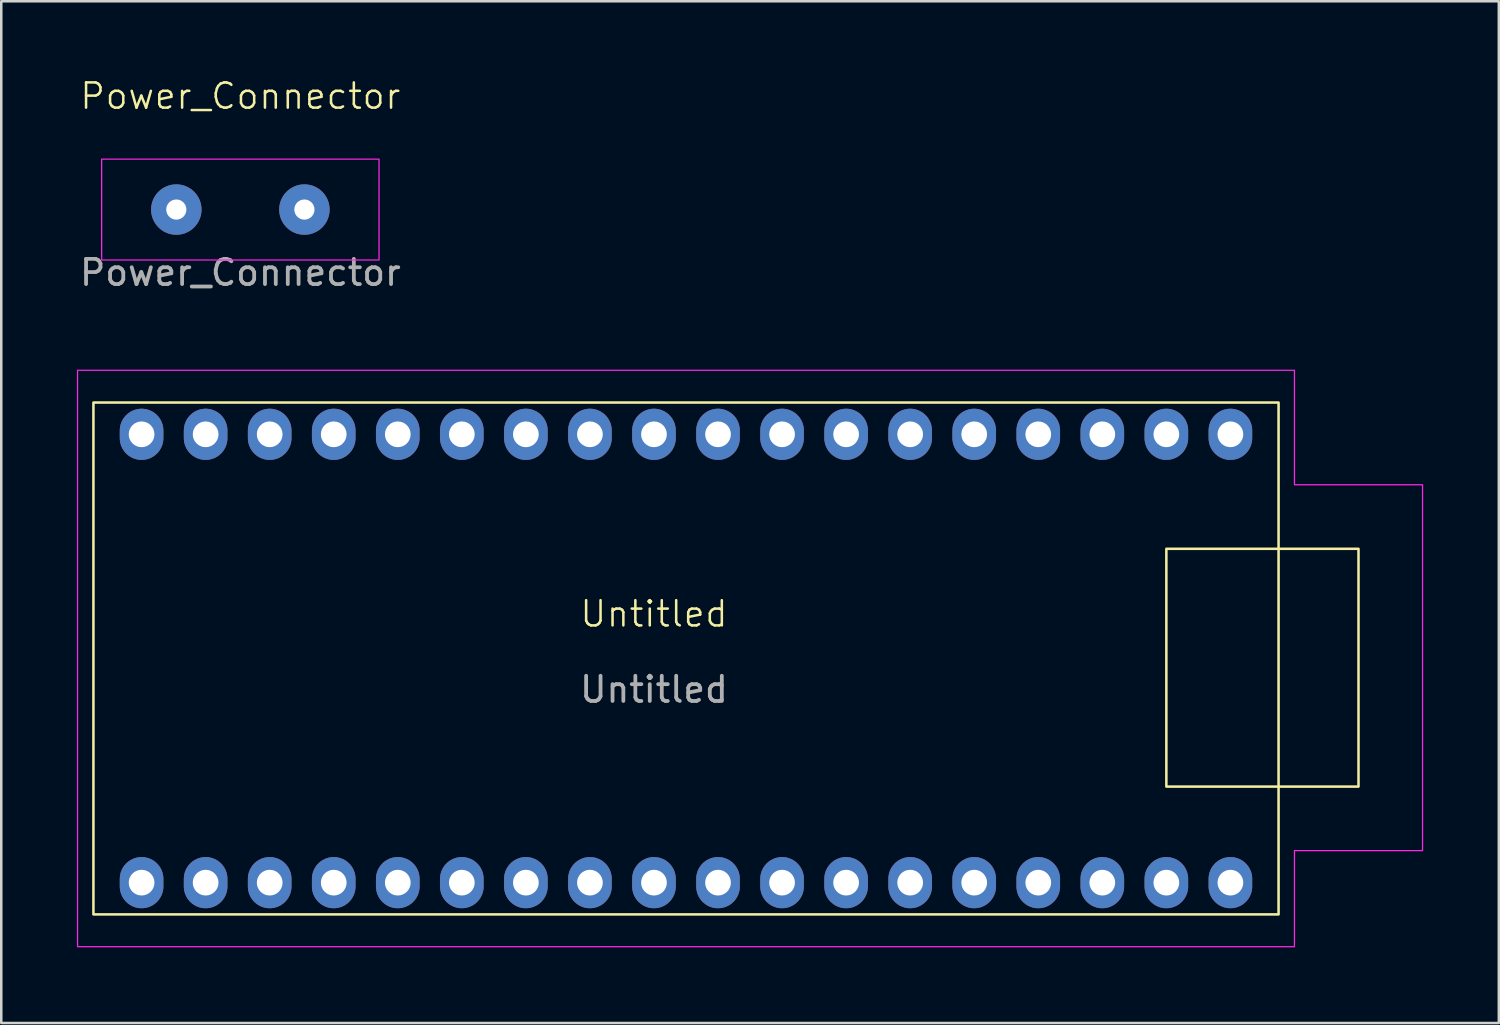
<source format=kicad_pcb>
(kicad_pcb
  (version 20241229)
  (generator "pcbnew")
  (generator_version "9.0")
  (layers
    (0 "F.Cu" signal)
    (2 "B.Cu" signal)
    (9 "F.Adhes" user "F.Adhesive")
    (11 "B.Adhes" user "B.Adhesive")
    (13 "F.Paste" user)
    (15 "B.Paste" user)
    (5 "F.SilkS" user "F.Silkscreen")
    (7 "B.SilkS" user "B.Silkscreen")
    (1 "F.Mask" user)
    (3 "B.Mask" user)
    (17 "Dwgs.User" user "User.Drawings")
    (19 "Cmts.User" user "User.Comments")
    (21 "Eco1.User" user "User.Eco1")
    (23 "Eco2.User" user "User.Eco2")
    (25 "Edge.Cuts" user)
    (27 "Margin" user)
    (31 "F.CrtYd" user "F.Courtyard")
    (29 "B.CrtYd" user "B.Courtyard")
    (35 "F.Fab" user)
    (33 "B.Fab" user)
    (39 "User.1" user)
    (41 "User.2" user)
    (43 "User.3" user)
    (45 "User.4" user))
  (footprint "Untitled"
    (layer "F.Cu")
    (at 22.885 21.794)
    (property "Reference" "Untitled" (at 0 -0.5 0) (unlocked yes) (layer "F.SilkS") (effects (font (size 1 1) (thickness 0.1))))
    (attr through_hole)
    (fp_rect (start -22.23 -8.88) (end 24.77 11.42) (stroke (width 0.1) (type solid)) (fill no) (layer "F.SilkS"))
    (fp_rect (start 20.32 -3.08) (end 27.94 6.35) (stroke (width 0.1) (type solid)) (fill no) (layer "F.SilkS"))
    (fp_poly (pts (xy 25.4 -10.16) (xy 25.4 -5.62) (xy 30.48 -5.62) (xy 30.48 8.89) (xy 25.4 8.89) (xy 25.4 12.7) (xy -22.86 12.7) (xy -22.86 -10.16)) (stroke (width 0.05) (type solid)) (fill no) (layer "F.CrtYd"))
    (fp_text user "${REFERENCE}" (at 0 2.5 0) (unlocked yes) (layer "F.Fab") (effects (font (size 1 1) (thickness 0.15))))
    (pad "0" thru_hole oval (at 15.24 10.16 270) (size 2.03 1.73) (drill 1.02) (layers "*.Cu" "*.Mask"))
    (pad "1" thru_hole oval (at 5.08 -7.62 270) (size 2.03 1.73) (drill 1.02) (layers "*.Cu" "*.Mask"))
    (pad "2" thru_hole oval (at 10.16 10.16 270) (size 2.03 1.73) (drill 1.02) (layers "*.Cu" "*.Mask"))
    (pad "3" thru_hole oval (at 2.54 -7.62 270) (size 2.03 1.73) (drill 1.02) (layers "*.Cu" "*.Mask"))
    (pad "4" thru_hole oval (at 12.7 10.16 270) (size 2.03 1.73) (drill 1.02) (layers "*.Cu" "*.Mask"))
    (pad "5" thru_hole oval (at -5.08 -7.62 270) (size 2.03 1.73) (drill 1.02) (layers "*.Cu" "*.Mask"))
    (pad "7" thru_hole oval (at -7.62 -7.62 270) (size 2.03 1.73) (drill 1.02) (layers "*.Cu" "*.Mask"))
    (pad "8" thru_hole oval (at -10.16 -7.62 270) (size 2.03 1.73) (drill 1.02) (layers "*.Cu" "*.Mask"))
    (pad "9" thru_hole oval (at 0 -7.62 270) (size 2.03 1.73) (drill 1.02) (layers "*.Cu" "*.Mask"))
    (pad "10" thru_hole oval (at -2.54 -7.62 270) (size 2.03 1.73) (drill 1.02) (layers "*.Cu" "*.Mask"))
    (pad "12" thru_hole oval (at 2.54 10.16 270) (size 2.03 1.73) (drill 1.02) (layers "*.Cu" "*.Mask"))
    (pad "13" thru_hole oval (at 5.08 10.16 270) (size 2.03 1.73) (drill 1.02) (layers "*.Cu" "*.Mask"))
    (pad "14" thru_hole oval (at 0 10.16 270) (size 2.03 1.73) (drill 1.02) (layers "*.Cu" "*.Mask"))
    (pad "15" thru_hole oval (at 7.62 10.16 270) (size 2.03 1.73) (drill 1.02) (layers "*.Cu" "*.Mask"))
    (pad "19" thru_hole oval (at -12.7 -7.62 270) (size 2.03 1.73) (drill 1.02) (layers "*.Cu" "*.Mask"))
    (pad "20" thru_hole oval (at -20.32 -7.62 90) (size 2.03 1.73) (drill 1.02) (layers "*.Cu" "*.Mask"))
    (pad "21" thru_hole oval (at -17.78 -7.62 270) (size 2.03 1.73) (drill 1.02) (layers "*.Cu" "*.Mask"))
    (pad "22" thru_hole oval (at -15.24 -7.62 270) (size 2.03 1.73) (drill 1.02) (layers "*.Cu" "*.Mask"))
    (pad "25" thru_hole oval (at -12.7 10.16 270) (size 2.03 1.73) (drill 1.02) (layers "*.Cu" "*.Mask"))
    (pad "26" thru_hole oval (at -10.16 10.16 270) (size 2.03 1.73) (drill 1.02) (layers "*.Cu" "*.Mask"))
    (pad "27" thru_hole oval (at -2.54 10.16 270) (size 2.03 1.73) (drill 1.02) (layers "*.Cu" "*.Mask"))
    (pad "32" thru_hole oval (at -7.62 10.16 270) (size 2.03 1.73) (drill 1.02) (layers "*.Cu" "*.Mask"))
    (pad "33" thru_hole oval (at -5.08 10.16 270) (size 2.03 1.73) (drill 1.02) (layers "*.Cu" "*.Mask"))
    (pad "34" thru_hole oval (at 10.16 -7.62 270) (size 2.03 1.73) (drill 1.02) (layers "*.Cu" "*.Mask"))
    (pad "35" thru_hole oval (at 7.62 -7.62 270) (size 2.03 1.73) (drill 1.02) (layers "*.Cu" "*.Mask"))
    (pad "36" thru_hole oval (at -17.78 10.16 270) (size 2.03 1.73) (drill 1.02) (layers "*.Cu" "*.Mask"))
    (pad "37" thru_hole oval (at 15.24 -7.62 270) (size 2.03 1.73) (drill 1.02) (layers "*.Cu" "*.Mask"))
    (pad "38" thru_hole oval (at 12.7 -7.62 270) (size 2.03 1.73) (drill 1.02) (layers "*.Cu" "*.Mask"))
    (pad "39" thru_hole oval (at -15.24 10.16 270) (size 2.03 1.73) (drill 1.02) (layers "*.Cu" "*.Mask"))
    (pad "40" thru_hole oval (at -20.32 10.16 270) (size 2.03 1.73) (drill 1.02) (layers "*.Cu" "*.Mask"))
    (pad "40" thru_hole oval (at 20.32 -7.62 270) (size 2.03 1.73) (drill 1.02) (layers "*.Cu" "*.Mask"))
    (pad "40" thru_hole oval (at 20.32 10.16 270) (size 2.03 1.73) (drill 1.02) (layers "*.Cu" "*.Mask"))
    (pad "41" thru_hole oval (at 22.86 10.16 270) (size 2.03 1.73) (drill 1.02) (layers "*.Cu" "*.Mask"))
    (pad "42" thru_hole oval (at 17.78 10.16 270) (size 2.03 1.73) (drill 1.02) (layers "*.Cu" "*.Mask"))
    (pad "42" thru_hole oval (at 22.86 -7.62 270) (size 2.03 1.73) (drill 1.02) (layers "*.Cu" "*.Mask"))
    (pad "43" thru_hole oval (at 17.78 -7.62 270) (size 2.03 1.73) (drill 1.02) (layers "*.Cu" "*.Mask")))
  (footprint "Power_Connector"
    (layer "F.Cu")
    (at 6.482 5.261)
    (property "Reference" "Power_Connector" (at 0 -4.5 0) (unlocked yes) (layer "F.SilkS") (effects (font (size 1 1) (thickness 0.1))))
    (attr through_hole)
    (fp_rect (start -5.5 -2) (end 5.5 2) (stroke (width 0.05) (type default)) (fill no) (layer "F.CrtYd"))
    (fp_text user "${REFERENCE}" (at 0 2.5 0) (unlocked yes) (layer "F.Fab") (effects (font (size 1 1) (thickness 0.15))))
    (pad "1" thru_hole circle (at -2.54 0 90) (size 2 2) (drill 0.8) (layers "*.Cu" "*.Mask"))
    (pad "2" thru_hole circle (at 2.54 0 90) (size 2 2) (drill 0.8) (layers "*.Cu" "*.Mask")))
  (gr_rect
    (start -3 -3)
    (end 56.39 37.519)
    (stroke (width 0.1) (type default))
    (fill no)
    (layer "Edge.Cuts")))
</source>
